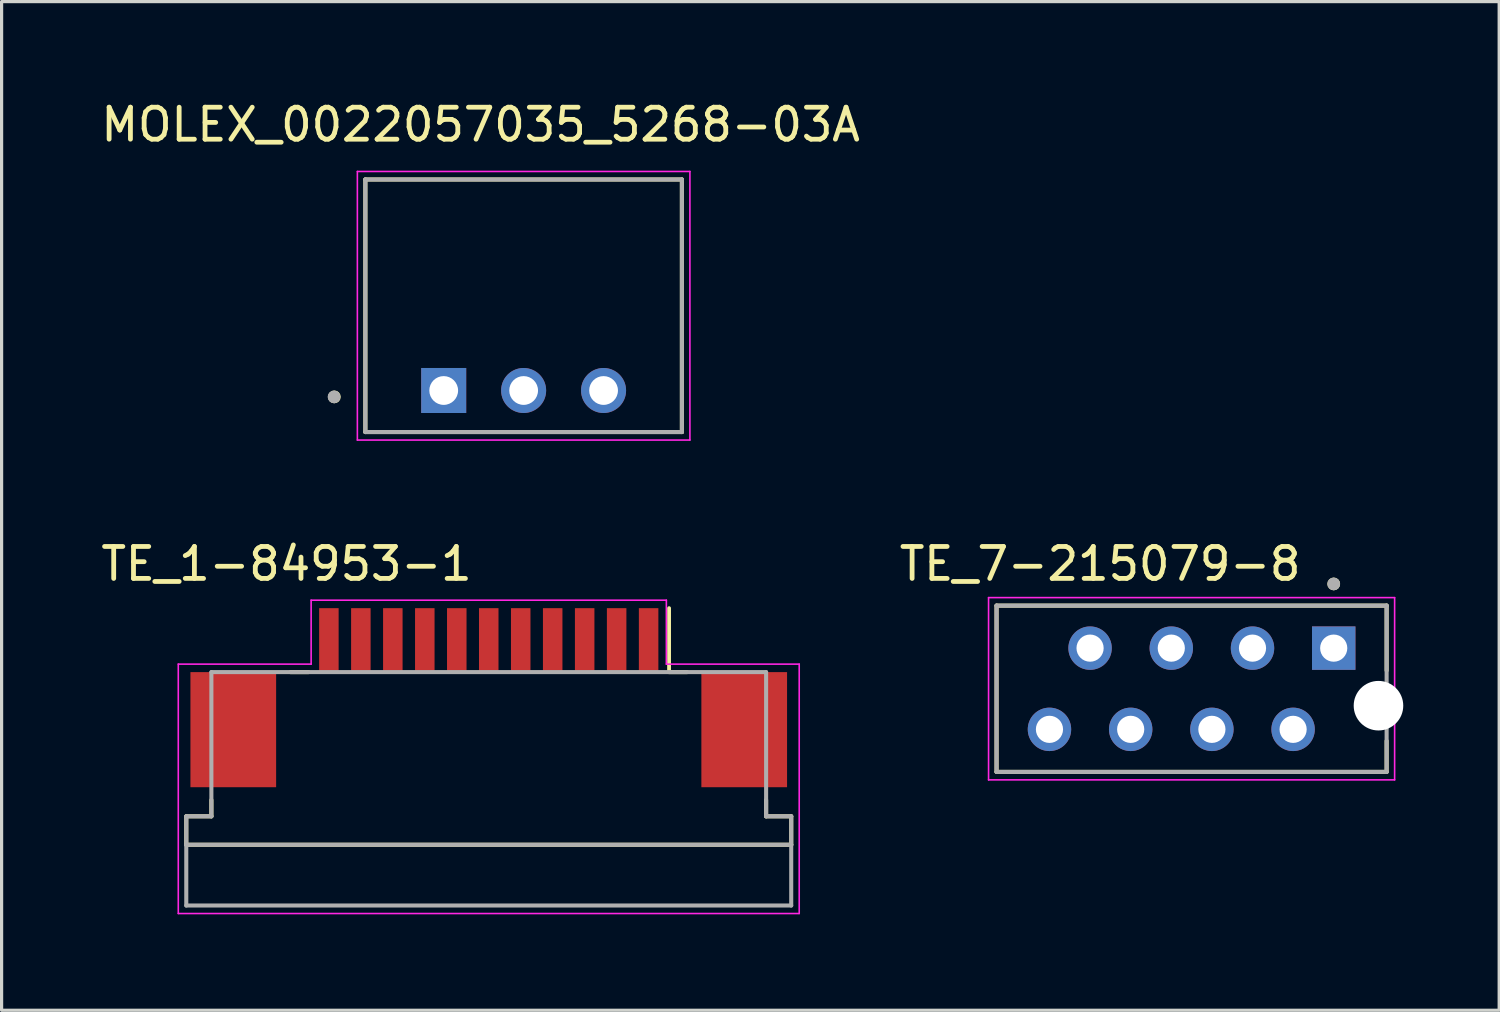
<source format=kicad_pcb>
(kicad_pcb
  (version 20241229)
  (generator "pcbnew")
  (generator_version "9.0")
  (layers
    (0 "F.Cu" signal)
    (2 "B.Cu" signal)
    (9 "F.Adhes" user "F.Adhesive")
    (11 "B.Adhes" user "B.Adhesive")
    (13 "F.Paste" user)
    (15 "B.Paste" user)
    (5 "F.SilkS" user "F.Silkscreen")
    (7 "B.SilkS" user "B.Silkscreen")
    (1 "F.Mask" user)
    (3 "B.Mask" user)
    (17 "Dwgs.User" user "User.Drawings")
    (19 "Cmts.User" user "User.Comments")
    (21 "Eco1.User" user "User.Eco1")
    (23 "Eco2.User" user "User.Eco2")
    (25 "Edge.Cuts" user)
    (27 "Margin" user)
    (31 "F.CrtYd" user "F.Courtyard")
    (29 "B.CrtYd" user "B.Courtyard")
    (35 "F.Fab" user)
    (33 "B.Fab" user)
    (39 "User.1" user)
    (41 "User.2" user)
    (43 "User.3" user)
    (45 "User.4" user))
  (footprint "TE_1-84953-1"
    (layer "F.Cu")
    (at 12.236 16.971)
    (property "Reference" "TE_1-84953-1" (at -6.325 -2.385 0) (layer "F.SilkS") (effects (font (size 1 1) (thickness 0.15))))
    (attr smd)
    (fp_line (start -9.46 6.4) (end -9.46 5.51) (stroke (width 0.127) (type solid)) (layer "F.SilkS"))
    (fp_line (start -8.675 5) (end -8.675 5.51) (stroke (width 0.127) (type solid)) (layer "F.SilkS"))
    (fp_line (start -8.675 5.51) (end -9.46 5.51) (stroke (width 0.127) (type solid)) (layer "F.SilkS"))
    (fp_line (start -6.2 1) (end -5.64 1) (stroke (width 0.127) (type solid)) (layer "F.SilkS"))
    (fp_line (start 5.64 1) (end 5.64 -1) (stroke (width 0.12) (type default)) (layer "F.SilkS"))
    (fp_line (start 5.64 1) (end 6.2 1) (stroke (width 0.127) (type solid)) (layer "F.SilkS"))
    (fp_line (start 8.675 5) (end 8.675 5.51) (stroke (width 0.127) (type solid)) (layer "F.SilkS"))
    (fp_line (start 9.46 5.51) (end 8.675 5.51) (stroke (width 0.127) (type solid)) (layer "F.SilkS"))
    (fp_line (start 9.46 5.51) (end 9.46 6.4) (stroke (width 0.127) (type solid)) (layer "F.SilkS"))
    (fp_line (start 9.46 6.4) (end -9.46 6.4) (stroke (width 0.127) (type solid)) (layer "F.SilkS"))
    (fp_line (start -9.71 0.75) (end -5.555 0.75) (stroke (width 0.05) (type solid)) (layer "F.CrtYd"))
    (fp_line (start -9.71 8.55) (end -9.71 0.75) (stroke (width 0.05) (type solid)) (layer "F.CrtYd"))
    (fp_line (start -5.555 -1.25) (end 5.555 -1.25) (stroke (width 0.05) (type solid)) (layer "F.CrtYd"))
    (fp_line (start -5.555 0.75) (end -5.555 -1.25) (stroke (width 0.05) (type solid)) (layer "F.CrtYd"))
    (fp_line (start 5.555 -1.25) (end 5.555 0.75) (stroke (width 0.05) (type solid)) (layer "F.CrtYd"))
    (fp_line (start 5.555 0.75) (end 9.71 0.75) (stroke (width 0.05) (type solid)) (layer "F.CrtYd"))
    (fp_line (start 9.71 0.75) (end 9.71 8.55) (stroke (width 0.05) (type solid)) (layer "F.CrtYd"))
    (fp_line (start 9.71 8.55) (end -9.71 8.55) (stroke (width 0.05) (type solid)) (layer "F.CrtYd"))
    (fp_line (start -9.46 5.51) (end -9.46 6.4) (stroke (width 0.127) (type solid)) (layer "F.Fab"))
    (fp_line (start -9.46 8.3) (end -9.46 6.4) (stroke (width 0.127) (type solid)) (layer "F.Fab"))
    (fp_line (start -8.675 1) (end -8.675 5.51) (stroke (width 0.127) (type solid)) (layer "F.Fab"))
    (fp_line (start -8.675 1) (end 8.675 1) (stroke (width 0.127) (type solid)) (layer "F.Fab"))
    (fp_line (start -8.675 5.51) (end -9.46 5.51) (stroke (width 0.127) (type solid)) (layer "F.Fab"))
    (fp_line (start 8.675 1) (end 8.675 5.51) (stroke (width 0.127) (type solid)) (layer "F.Fab"))
    (fp_line (start 9.46 5.51) (end 8.675 5.51) (stroke (width 0.127) (type solid)) (layer "F.Fab"))
    (fp_line (start 9.46 5.51) (end 9.46 6.4) (stroke (width 0.127) (type solid)) (layer "F.Fab"))
    (fp_line (start 9.46 6.4) (end -9.46 6.4) (stroke (width 0.127) (type solid)) (layer "F.Fab"))
    (fp_line (start 9.46 6.4) (end 9.46 8.3) (stroke (width 0.127) (type solid)) (layer "F.Fab"))
    (fp_line (start 9.46 8.3) (end -9.46 8.3) (stroke (width 0.127) (type solid)) (layer "F.Fab"))
    (pad "1" smd rect (at 5 0) (size 0.61 2) (layers "F.Cu" "F.Mask" "F.Paste"))
    (pad "2" smd rect (at 4 0) (size 0.61 2) (layers "F.Cu" "F.Mask" "F.Paste"))
    (pad "3" smd rect (at 3 0) (size 0.61 2) (layers "F.Cu" "F.Mask" "F.Paste"))
    (pad "4" smd rect (at 2 0) (size 0.61 2) (layers "F.Cu" "F.Mask" "F.Paste"))
    (pad "5" smd rect (at 1 0) (size 0.61 2) (layers "F.Cu" "F.Mask" "F.Paste"))
    (pad "6" smd rect (at 0 0) (size 0.61 2) (layers "F.Cu" "F.Mask" "F.Paste"))
    (pad "7" smd rect (at -1 0) (size 0.61 2) (layers "F.Cu" "F.Mask" "F.Paste"))
    (pad "8" smd rect (at -2 0) (size 0.61 2) (layers "F.Cu" "F.Mask" "F.Paste"))
    (pad "9" smd rect (at -3 0) (size 0.61 2) (layers "F.Cu" "F.Mask" "F.Paste"))
    (pad "10" smd rect (at -4 0) (size 0.61 2) (layers "F.Cu" "F.Mask" "F.Paste"))
    (pad "11" smd rect (at -5 0) (size 0.61 2) (layers "F.Cu" "F.Mask" "F.Paste"))
    (pad "MP" smd rect (at -7.99 2.8) (size 2.68 3.6) (layers "F.Cu" "F.Mask" "F.Paste"))
    (pad "MP" smd rect (at 7.99 2.8) (size 2.68 3.6) (layers "F.Cu" "F.Mask" "F.Paste")))
  (footprint "MOLEX_0022057035_5268-03A"
    (layer "F.Cu")
    (at 13.327 9.163)
    (property "Reference" "MOLEX_0022057035_5268-03A" (at -1.345 -8.315 0) (layer "F.SilkS") (effects (font (size 1 1) (thickness 0.15))))
    (attr through_hole)
    (fp_line (start -4.95 -6.6) (end -4.95 1.3) (stroke (width 0.127) (type solid)) (layer "F.SilkS"))
    (fp_line (start -4.95 1.3) (end 4.95 1.3) (stroke (width 0.127) (type solid)) (layer "F.SilkS"))
    (fp_line (start 4.95 -6.6) (end -4.95 -6.6) (stroke (width 0.127) (type solid)) (layer "F.SilkS"))
    (fp_line (start 4.95 1.3) (end 4.95 -6.6) (stroke (width 0.127) (type solid)) (layer "F.SilkS"))
    (fp_circle (center -5.92 0.2) (end -5.82 0.2) (stroke (width 0.2) (type solid)) (fill no) (layer "F.SilkS"))
    (fp_line (start -5.2 -6.85) (end -5.2 1.55) (stroke (width 0.05) (type solid)) (layer "F.CrtYd"))
    (fp_line (start -5.2 1.55) (end 5.2 1.55) (stroke (width 0.05) (type solid)) (layer "F.CrtYd"))
    (fp_line (start 5.2 -6.85) (end -5.2 -6.85) (stroke (width 0.05) (type solid)) (layer "F.CrtYd"))
    (fp_line (start 5.2 1.55) (end 5.2 -6.85) (stroke (width 0.05) (type solid)) (layer "F.CrtYd"))
    (fp_line (start -4.95 -6.6) (end -4.95 1.3) (stroke (width 0.127) (type solid)) (layer "F.Fab"))
    (fp_line (start -4.95 1.3) (end 4.95 1.3) (stroke (width 0.127) (type solid)) (layer "F.Fab"))
    (fp_line (start 4.95 -6.6) (end -4.95 -6.6) (stroke (width 0.127) (type solid)) (layer "F.Fab"))
    (fp_line (start 4.95 1.3) (end 4.95 -6.6) (stroke (width 0.127) (type solid)) (layer "F.Fab"))
    (fp_circle (center -5.93 0.2) (end -5.83 0.2) (stroke (width 0.2) (type solid)) (fill no) (layer "F.Fab"))
    (pad "1" thru_hole rect (at -2.5 0) (size 1.408 1.408) (drill 0.9) (layers "*.Cu" "*.Mask"))
    (pad "2" thru_hole circle (at 0 0) (size 1.408 1.408) (drill 0.9) (layers "*.Cu" "*.Mask"))
    (pad "3" thru_hole circle (at 2.5 0) (size 1.408 1.408) (drill 0.9) (layers "*.Cu" "*.Mask")))
  (footprint "TE_7-215079-8"
    (layer "F.Cu")
    (at 38.663 17.221)
    (property "Reference" "TE_7-215079-8" (at -7.305 -2.635 0) (layer "F.SilkS") (effects (font (size 1 1) (thickness 0.15))))
    (attr through_hole)
    (fp_line (start -10.545 -1.33) (end 1.655 -1.33) (stroke (width 0.127) (type solid)) (layer "F.SilkS"))
    (fp_line (start -10.545 3.87) (end -10.545 -1.33) (stroke (width 0.127) (type solid)) (layer "F.SilkS"))
    (fp_line (start 1.655 -1.33) (end 1.655 0.7) (stroke (width 0.127) (type solid)) (layer "F.SilkS"))
    (fp_line (start 1.655 2.9) (end 1.655 3.87) (stroke (width 0.127) (type solid)) (layer "F.SilkS"))
    (fp_line (start 1.655 3.87) (end -10.545 3.87) (stroke (width 0.127) (type solid)) (layer "F.SilkS"))
    (fp_circle (center 0 -2.008) (end 0.1 -2.008) (stroke (width 0.2) (type solid)) (fill no) (layer "F.SilkS"))
    (fp_line (start -10.795 -1.58) (end 1.905 -1.58) (stroke (width 0.05) (type solid)) (layer "F.CrtYd"))
    (fp_line (start -10.795 4.12) (end -10.795 -1.58) (stroke (width 0.05) (type solid)) (layer "F.CrtYd"))
    (fp_line (start 1.905 -1.58) (end 1.905 4.12) (stroke (width 0.05) (type solid)) (layer "F.CrtYd"))
    (fp_line (start 1.905 4.12) (end -10.795 4.12) (stroke (width 0.05) (type solid)) (layer "F.CrtYd"))
    (fp_line (start -10.545 -1.33) (end 1.655 -1.33) (stroke (width 0.127) (type solid)) (layer "F.Fab"))
    (fp_line (start -10.545 3.87) (end -10.545 -1.33) (stroke (width 0.127) (type solid)) (layer "F.Fab"))
    (fp_line (start 1.655 -1.33) (end 1.655 3.87) (stroke (width 0.127) (type solid)) (layer "F.Fab"))
    (fp_line (start 1.655 3.87) (end -10.545 3.87) (stroke (width 0.127) (type solid)) (layer "F.Fab"))
    (fp_circle (center 0 -2.008) (end 0.1 -2.008) (stroke (width 0.2) (type solid)) (fill no) (layer "F.Fab"))
    (pad "" np_thru_hole circle (at 1.4 1.8) (size 1.55 1.55) (drill 1.55) (layers "*.Cu" "*.Mask"))
    (pad "1" thru_hole rect (at 0 0) (size 1.358 1.358) (drill 0.85) (layers "*.Cu" "*.Mask"))
    (pad "2" thru_hole circle (at -1.27 2.54) (size 1.358 1.358) (drill 0.85) (layers "*.Cu" "*.Mask"))
    (pad "3" thru_hole circle (at -2.54 0) (size 1.358 1.358) (drill 0.85) (layers "*.Cu" "*.Mask"))
    (pad "4" thru_hole circle (at -3.81 2.54) (size 1.358 1.358) (drill 0.85) (layers "*.Cu" "*.Mask"))
    (pad "5" thru_hole circle (at -5.08 0) (size 1.358 1.358) (drill 0.85) (layers "*.Cu" "*.Mask"))
    (pad "6" thru_hole circle (at -6.35 2.54) (size 1.358 1.358) (drill 0.85) (layers "*.Cu" "*.Mask"))
    (pad "7" thru_hole circle (at -7.62 0) (size 1.358 1.358) (drill 0.85) (layers "*.Cu" "*.Mask"))
    (pad "8" thru_hole circle (at -8.89 2.54) (size 1.358 1.358) (drill 0.85) (layers "*.Cu" "*.Mask")))
  (gr_rect
    (start -3 -3)
    (end 43.838 28.547)
    (stroke (width 0.1) (type default))
    (fill no)
    (layer "Edge.Cuts")))
</source>
